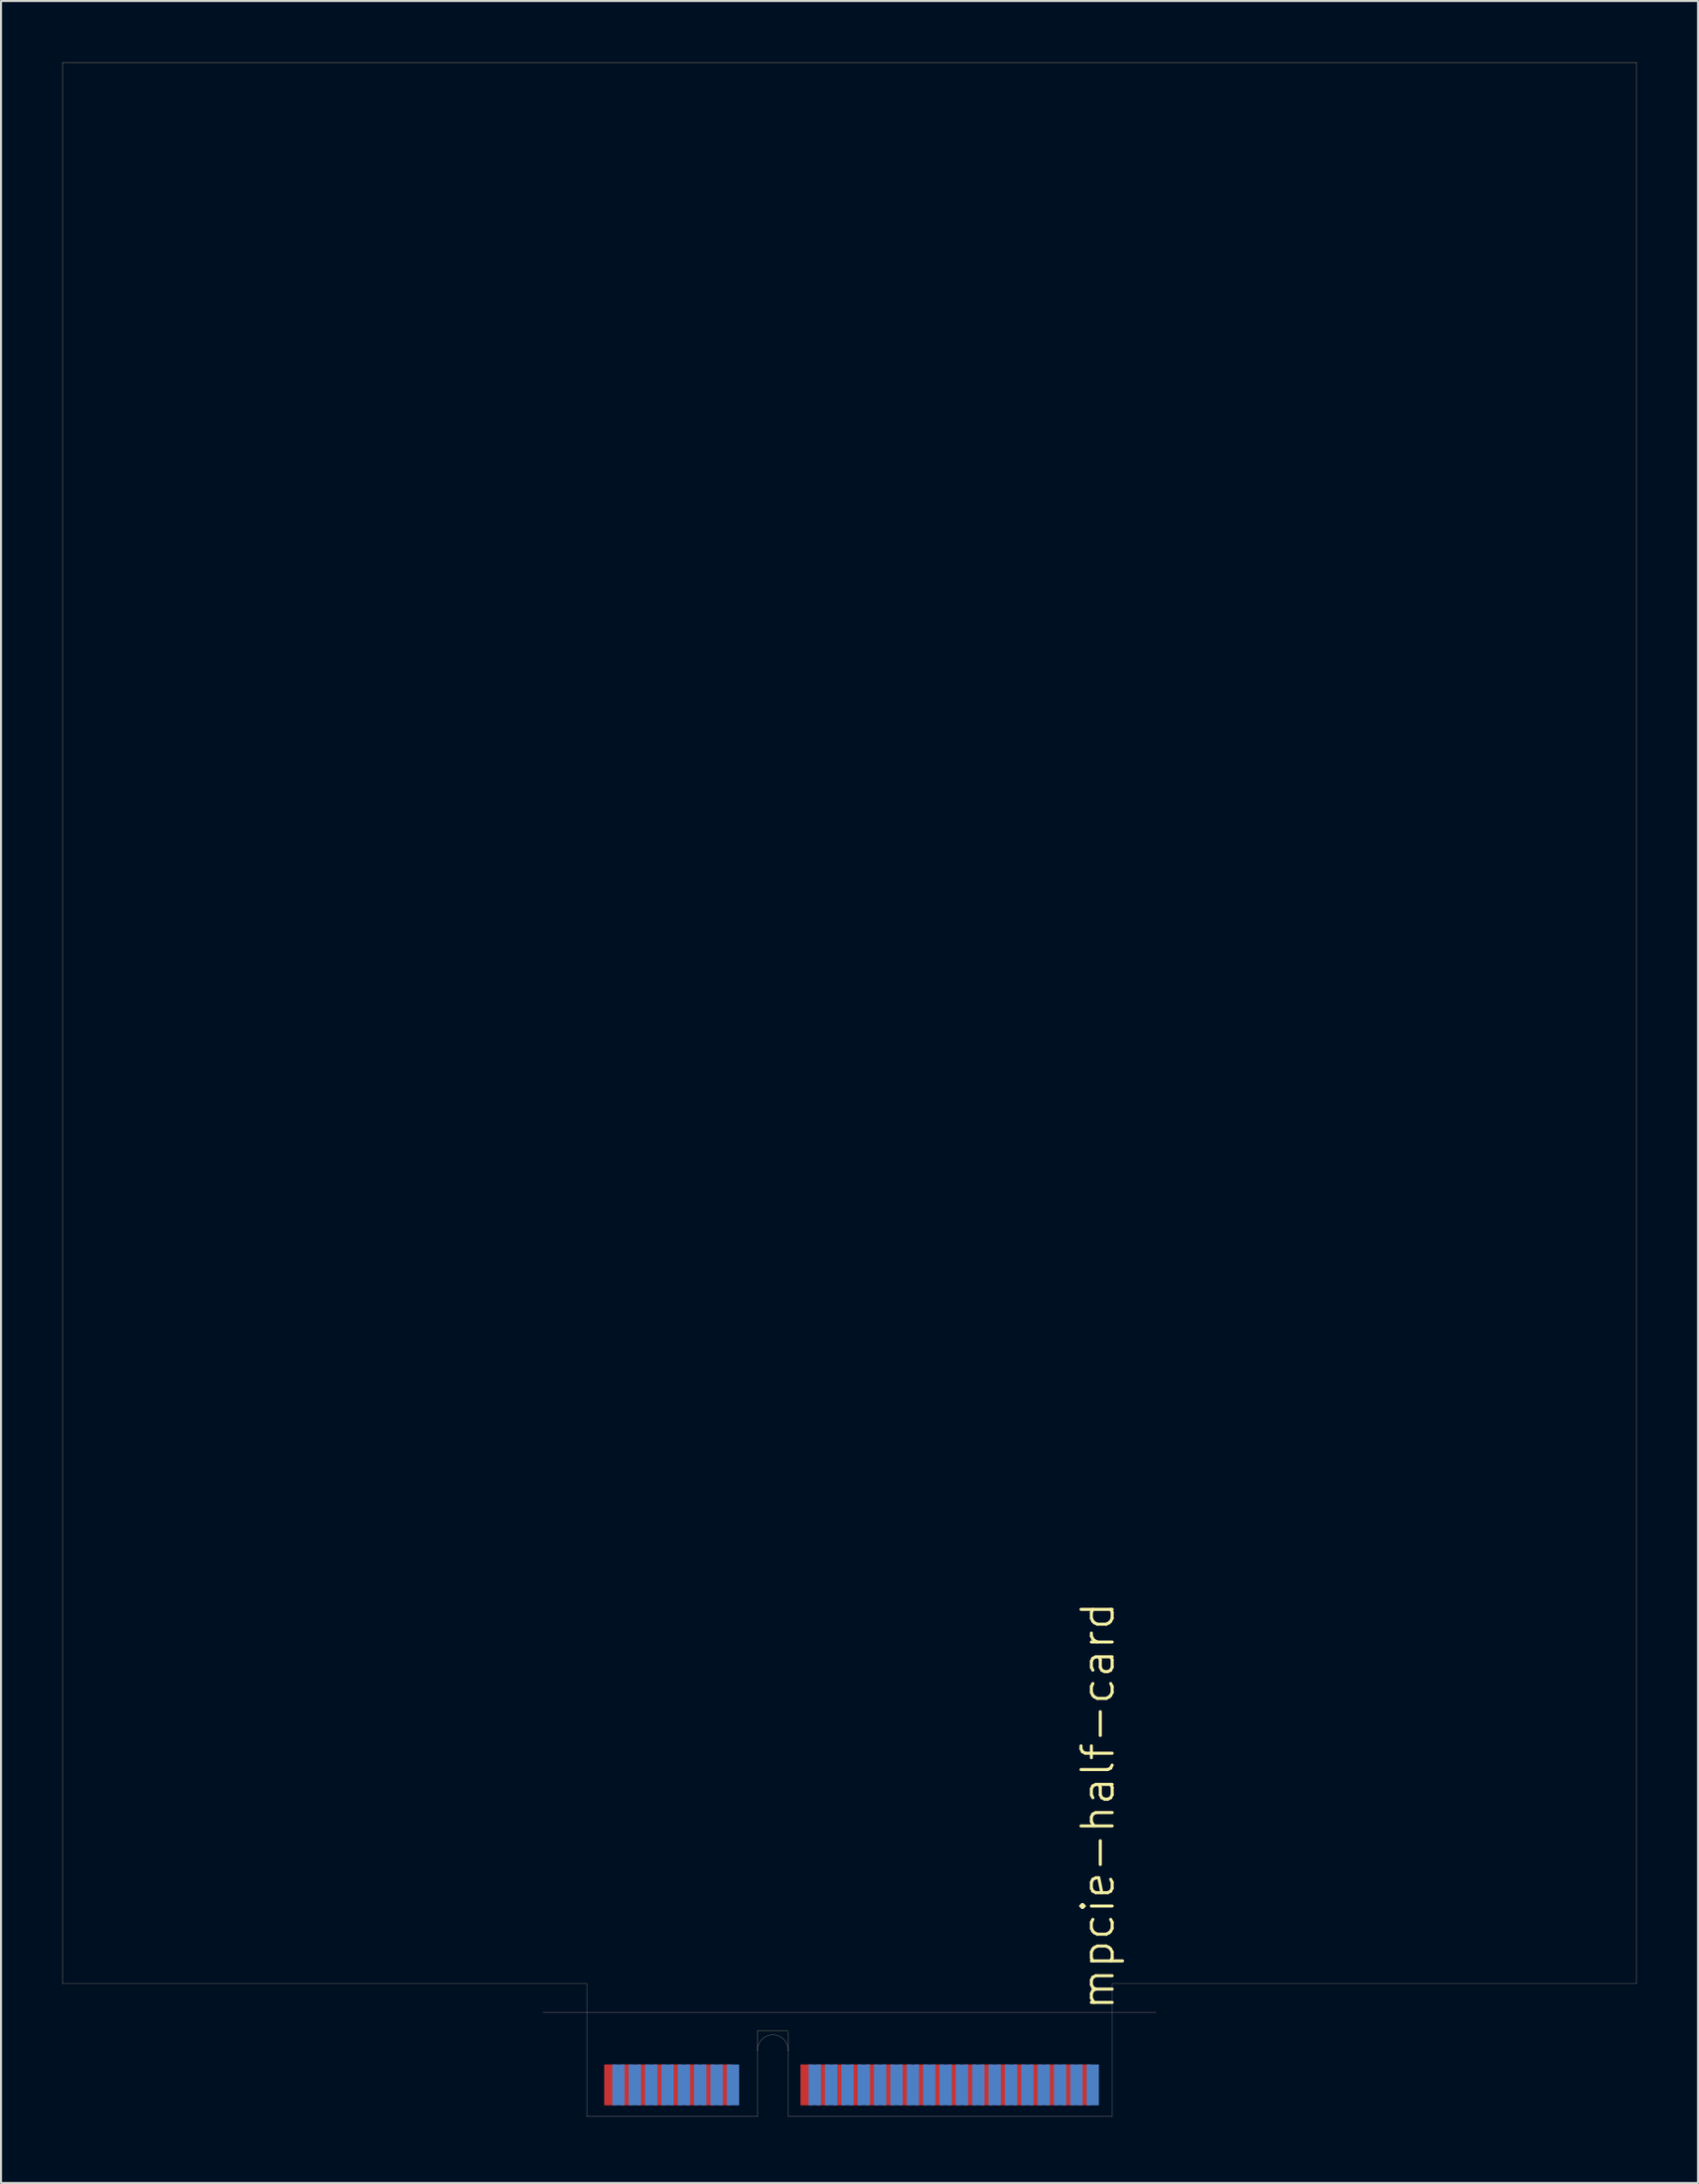
<source format=kicad_pcb>
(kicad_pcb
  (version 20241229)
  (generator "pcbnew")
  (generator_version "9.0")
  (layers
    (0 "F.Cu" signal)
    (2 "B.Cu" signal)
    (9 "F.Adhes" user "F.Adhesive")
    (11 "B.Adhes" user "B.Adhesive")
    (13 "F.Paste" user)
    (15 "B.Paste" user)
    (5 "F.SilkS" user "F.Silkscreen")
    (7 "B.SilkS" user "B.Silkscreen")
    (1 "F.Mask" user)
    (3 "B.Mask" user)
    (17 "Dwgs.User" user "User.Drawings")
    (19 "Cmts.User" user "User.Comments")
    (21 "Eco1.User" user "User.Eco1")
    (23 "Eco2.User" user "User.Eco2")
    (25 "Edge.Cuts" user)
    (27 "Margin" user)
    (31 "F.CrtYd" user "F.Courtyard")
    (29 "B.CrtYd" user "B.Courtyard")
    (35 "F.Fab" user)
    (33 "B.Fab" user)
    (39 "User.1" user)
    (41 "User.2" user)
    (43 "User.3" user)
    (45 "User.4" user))
  (footprint "mpcie-half-card"
    (layer "F.Cu")
    (at 38.505 100.505)
    (property "Reference" "mpcie-half-card" (at 12.15 -15.2 90) (layer "F.SilkS") (effects (font (size 1.524 1.524) (thickness 0.15))))
    (attr through_hole)
    (fp_line (start -38.5 -100.5) (end 38.5 -100.5) (stroke (width 0.01) (type solid)) (layer "F.SilkS"))
    (fp_line (start -38.5 -6.5) (end -38.5 -100.5) (stroke (width 0.01) (type solid)) (layer "F.SilkS"))
    (fp_line (start -38.5 -6.5) (end -12.85 -6.5) (stroke (width 0.01) (type solid)) (layer "F.SilkS"))
    (fp_line (start -4.5 -4.2) (end -3 -4.2) (stroke (width 0.01) (type solid)) (layer "F.SilkS"))
    (fp_line (start -4.5 -3.2) (end -4.5 -4.2) (stroke (width 0.01) (type solid)) (layer "F.SilkS"))
    (fp_line (start -3 -4.15) (end -3 -3.2) (stroke (width 0.01) (type solid)) (layer "F.SilkS"))
    (fp_line (start 38.5 -100.5) (end 38.5 -6.5) (stroke (width 0.01) (type solid)) (layer "F.SilkS"))
    (fp_line (start 38.5 -6.5) (end 12.85 -6.5) (stroke (width 0.01) (type solid)) (layer "F.SilkS"))
    (fp_line (start -15 -5.1) (end 15 -5.1) (stroke (width 0.01) (type solid)) (layer "B.SilkS"))
    (fp_line (start -3.75 -4.5) (end -3.75 -0.15) (stroke (width 0.01) (type solid)) (layer "Eco1.User"))
    (fp_line (start 0 0) (end 0 -26.8) (stroke (width 0.01) (type solid)) (layer "Eco1.User"))
    (fp_line (start -12.85 0) (end -12.85 -6.5) (stroke (width 0.01) (type solid)) (layer "Edge.Cuts"))
    (fp_line (start -4.5 0) (end -12.85 0) (stroke (width 0.01) (type solid)) (layer "Edge.Cuts"))
    (fp_line (start -4.5 0) (end -4.5 -3.25) (stroke (width 0.01) (type solid)) (layer "Edge.Cuts"))
    (fp_line (start -3 0) (end -3 -3.25) (stroke (width 0.01) (type solid)) (layer "Edge.Cuts"))
    (fp_line (start -3 0) (end 12.85 0) (stroke (width 0.01) (type solid)) (layer "Edge.Cuts"))
    (fp_line (start 12.85 0) (end 12.85 -6.5) (stroke (width 0.01) (type solid)) (layer "Edge.Cuts"))
    (fp_arc (start -4.5 -3.25) (mid -3.75 -4) (end -3 -3.25) (stroke (width 0.01) (type solid)) (layer "Edge.Cuts"))
    (fp_text user "Center" (at -0.2 -14.35 90) (layer "Eco1.User") (effects (font (size 0.25 0.25) (thickness 0.025))))
    (pad "1" smd rect (at -11.7 -1.55) (size 0.6 2) (layers "F.Cu" "F.Mask" "F.Paste"))
    (pad "2" smd rect (at -11.3 -1.55) (size 0.6 2) (layers "B.Cu" "B.Mask" "B.Paste"))
    (pad "3" smd rect (at -10.9 -1.55) (size 0.6 2) (layers "F.Cu" "F.Mask" "F.Paste"))
    (pad "4" smd rect (at -10.5 -1.55) (size 0.6 2) (layers "B.Cu" "B.Mask" "B.Paste"))
    (pad "5" smd rect (at -10.1 -1.55) (size 0.6 2) (layers "F.Cu" "F.Mask" "F.Paste"))
    (pad "6" smd rect (at -9.7 -1.55) (size 0.6 2) (layers "B.Cu" "B.Mask" "B.Paste"))
    (pad "7" smd rect (at -9.3 -1.55) (size 0.6 2) (layers "F.Cu" "F.Mask" "F.Paste"))
    (pad "8" smd rect (at -8.9 -1.55) (size 0.6 2) (layers "B.Cu" "B.Mask" "B.Paste"))
    (pad "9" smd rect (at -8.5 -1.55) (size 0.6 2) (layers "F.Cu" "F.Mask" "F.Paste"))
    (pad "10" smd rect (at -8.1 -1.55) (size 0.6 2) (layers "B.Cu" "B.Mask" "B.Paste"))
    (pad "11" smd rect (at -7.7 -1.55) (size 0.6 2) (layers "F.Cu" "F.Mask" "F.Paste"))
    (pad "12" smd rect (at -7.3 -1.55) (size 0.6 2) (layers "B.Cu" "B.Mask" "B.Paste"))
    (pad "13" smd rect (at -6.9 -1.55) (size 0.6 2) (layers "F.Cu" "F.Mask" "F.Paste"))
    (pad "14" smd rect (at -6.5 -1.55) (size 0.6 2) (layers "B.Cu" "B.Mask" "B.Paste"))
    (pad "15" smd rect (at -6.1 -1.55) (size 0.6 2) (layers "F.Cu" "F.Mask" "F.Paste"))
    (pad "16" smd rect (at -5.7 -1.55) (size 0.6 2) (layers "B.Cu" "B.Mask" "B.Paste"))
    (pad "17" smd rect (at -2.1 -1.55) (size 0.6 2) (layers "F.Cu" "F.Mask" "F.Paste"))
    (pad "18" smd rect (at -1.7 -1.55) (size 0.6 2) (layers "B.Cu" "B.Mask" "B.Paste"))
    (pad "19" smd rect (at -1.3 -1.55) (size 0.6 2) (layers "F.Cu" "F.Mask" "F.Paste"))
    (pad "20" smd rect (at -0.9 -1.55) (size 0.6 2) (layers "B.Cu" "B.Mask" "B.Paste"))
    (pad "21" smd rect (at -0.5 -1.55) (size 0.6 2) (layers "F.Cu" "F.Mask" "F.Paste"))
    (pad "22" smd rect (at -0.1 -1.55) (size 0.6 2) (layers "B.Cu" "B.Mask" "B.Paste"))
    (pad "23" smd rect (at 0.3 -1.55) (size 0.6 2) (layers "F.Cu" "F.Mask" "F.Paste"))
    (pad "24" smd rect (at 0.7 -1.55) (size 0.6 2) (layers "B.Cu" "B.Mask" "B.Paste"))
    (pad "25" smd rect (at 1.1 -1.55) (size 0.6 2) (layers "F.Cu" "F.Mask" "F.Paste"))
    (pad "26" smd rect (at 1.5 -1.55) (size 0.6 2) (layers "B.Cu" "B.Mask" "B.Paste"))
    (pad "27" smd rect (at 1.9 -1.55) (size 0.6 2) (layers "F.Cu" "F.Mask" "F.Paste"))
    (pad "28" smd rect (at 2.3 -1.55) (size 0.6 2) (layers "B.Cu" "B.Mask" "B.Paste"))
    (pad "29" smd rect (at 2.7 -1.55) (size 0.6 2) (layers "F.Cu" "F.Mask" "F.Paste"))
    (pad "30" smd rect (at 3.1 -1.55) (size 0.6 2) (layers "B.Cu" "B.Mask" "B.Paste"))
    (pad "31" smd rect (at 3.5 -1.55) (size 0.6 2) (layers "F.Cu" "F.Mask" "F.Paste"))
    (pad "32" smd rect (at 3.9 -1.55) (size 0.6 2) (layers "B.Cu" "B.Mask" "B.Paste"))
    (pad "33" smd rect (at 4.3 -1.55) (size 0.6 2) (layers "F.Cu" "F.Mask" "F.Paste"))
    (pad "34" smd rect (at 4.7 -1.55) (size 0.6 2) (layers "B.Cu" "B.Mask" "B.Paste"))
    (pad "35" smd rect (at 5.1 -1.55) (size 0.6 2) (layers "F.Cu" "F.Mask" "F.Paste"))
    (pad "36" smd rect (at 5.5 -1.55) (size 0.6 2) (layers "B.Cu" "B.Mask" "B.Paste"))
    (pad "37" smd rect (at 5.9 -1.55) (size 0.6 2) (layers "F.Cu" "F.Mask" "F.Paste"))
    (pad "38" smd rect (at 6.3 -1.55) (size 0.6 2) (layers "B.Cu" "B.Mask" "B.Paste"))
    (pad "39" smd rect (at 6.7 -1.55) (size 0.6 2) (layers "F.Cu" "F.Mask" "F.Paste"))
    (pad "40" smd rect (at 7.1 -1.55) (size 0.6 2) (layers "B.Cu" "B.Mask" "B.Paste"))
    (pad "41" smd rect (at 7.5 -1.55) (size 0.6 2) (layers "F.Cu" "F.Mask" "F.Paste"))
    (pad "42" smd rect (at 7.9 -1.55) (size 0.6 2) (layers "B.Cu" "B.Mask" "B.Paste"))
    (pad "43" smd rect (at 8.3 -1.55) (size 0.6 2) (layers "F.Cu" "F.Mask" "F.Paste"))
    (pad "44" smd rect (at 8.7 -1.55) (size 0.6 2) (layers "B.Cu" "B.Mask" "B.Paste"))
    (pad "45" smd rect (at 9.1 -1.55) (size 0.6 2) (layers "F.Cu" "F.Mask" "F.Paste"))
    (pad "46" smd rect (at 9.5 -1.55) (size 0.6 2) (layers "B.Cu" "B.Mask" "B.Paste"))
    (pad "47" smd rect (at 9.9 -1.55) (size 0.6 2) (layers "F.Cu" "F.Mask" "F.Paste"))
    (pad "48" smd rect (at 10.3 -1.55) (size 0.6 2) (layers "B.Cu" "B.Mask" "B.Paste"))
    (pad "49" smd rect (at 10.7 -1.55) (size 0.6 2) (layers "F.Cu" "F.Mask" "F.Paste"))
    (pad "50" smd rect (at 11.1 -1.55) (size 0.6 2) (layers "B.Cu" "B.Mask" "B.Paste"))
    (pad "51" smd rect (at 11.5 -1.55) (size 0.6 2) (layers "F.Cu" "F.Mask" "F.Paste"))
    (pad "52" smd rect (at 11.9 -1.55) (size 0.6 2) (layers "B.Cu" "B.Mask" "B.Paste")))
  (gr_rect
    (start -3 -3)
    (end 80.01 103.755)
    (stroke (width 0.1) (type default))
    (fill no)
    (layer "Edge.Cuts")))
</source>
